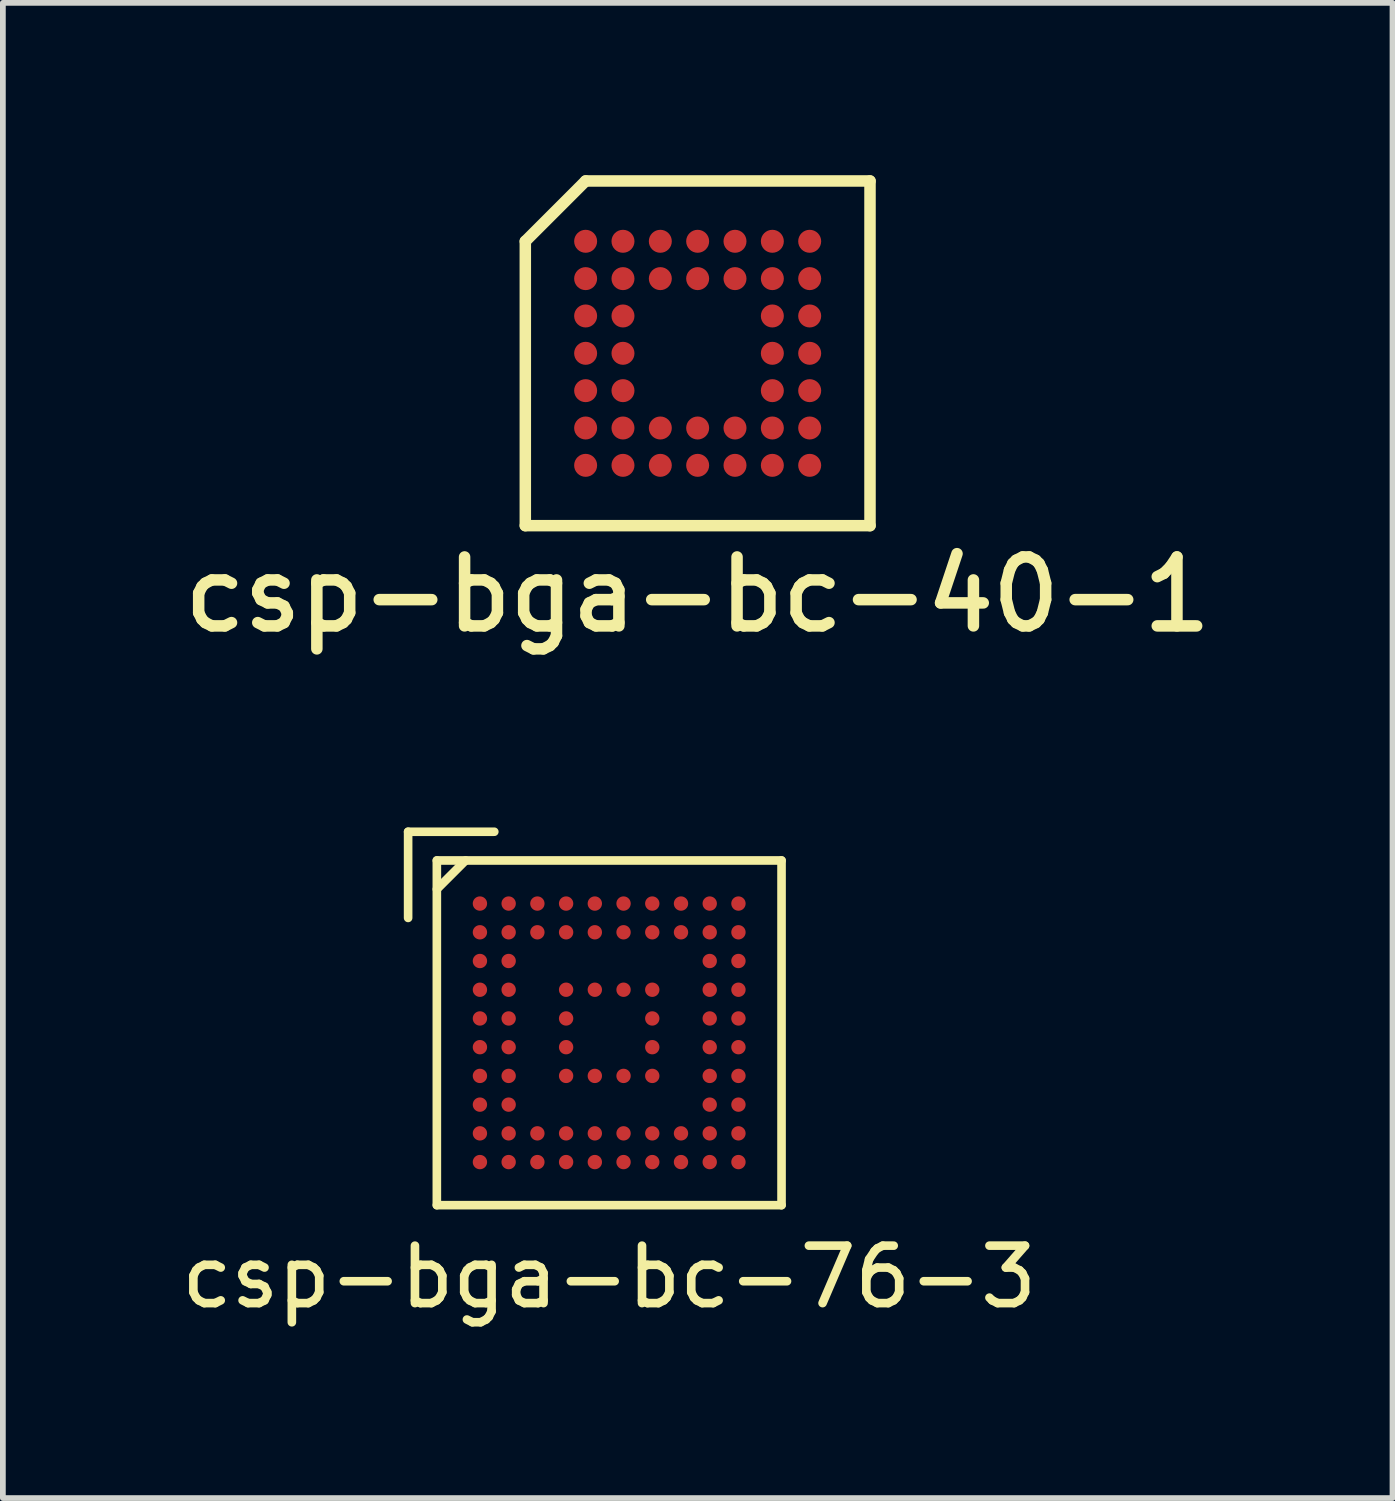
<source format=kicad_pcb>
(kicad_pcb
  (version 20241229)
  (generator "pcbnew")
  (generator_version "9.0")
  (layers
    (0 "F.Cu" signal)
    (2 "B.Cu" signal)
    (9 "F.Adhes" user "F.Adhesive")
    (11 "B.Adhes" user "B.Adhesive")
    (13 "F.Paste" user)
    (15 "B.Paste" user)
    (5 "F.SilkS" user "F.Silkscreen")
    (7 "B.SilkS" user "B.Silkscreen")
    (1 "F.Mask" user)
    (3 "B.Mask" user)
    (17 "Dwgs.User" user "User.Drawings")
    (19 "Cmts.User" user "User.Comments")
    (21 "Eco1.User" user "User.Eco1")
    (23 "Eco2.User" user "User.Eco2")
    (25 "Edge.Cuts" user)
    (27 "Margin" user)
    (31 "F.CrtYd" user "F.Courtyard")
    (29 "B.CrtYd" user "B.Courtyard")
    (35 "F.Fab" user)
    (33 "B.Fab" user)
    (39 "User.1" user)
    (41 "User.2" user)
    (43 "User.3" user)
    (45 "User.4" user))
  (footprint "csp-bga-bc-40-1"
    (layer "F.Cu")
    (at 9.094 3.1)
    (property "Reference" "csp-bga-bc-40-1" (at 0 4.2 0) (layer "F.SilkS") (effects (font (size 1.2 1.2) (thickness 0.2))))
    (attr through_hole)
    (fp_line (start -3 -1.95) (end -3 3) (stroke (width 0.2) (type solid)) (layer "F.SilkS"))
    (fp_line (start -3 3) (end 3 3) (stroke (width 0.2) (type solid)) (layer "F.SilkS"))
    (fp_line (start -1.95 -3) (end -3 -1.95) (stroke (width 0.2) (type solid)) (layer "F.SilkS"))
    (fp_line (start 3 -3) (end -1.95 -3) (stroke (width 0.2) (type solid)) (layer "F.SilkS"))
    (fp_line (start 3 3) (end 3 -3) (stroke (width 0.2) (type solid)) (layer "F.SilkS"))
    (pad "A1" smd circle (at -1.95 -1.95) (size 0.4 0.4) (layers "F.Cu" "F.Mask" "F.Paste"))
    (pad "A2" smd circle (at -1.3 -1.95) (size 0.4 0.4) (layers "F.Cu" "F.Mask" "F.Paste"))
    (pad "A3" smd circle (at -0.65 -1.95) (size 0.4 0.4) (layers "F.Cu" "F.Mask" "F.Paste"))
    (pad "A4" smd circle (at 0 -1.95) (size 0.4 0.4) (layers "F.Cu" "F.Mask" "F.Paste"))
    (pad "A5" smd circle (at 0.65 -1.95) (size 0.4 0.4) (layers "F.Cu" "F.Mask" "F.Paste"))
    (pad "A6" smd circle (at 1.3 -1.95) (size 0.4 0.4) (layers "F.Cu" "F.Mask" "F.Paste"))
    (pad "A7" smd circle (at 1.95 -1.95) (size 0.4 0.4) (layers "F.Cu" "F.Mask" "F.Paste"))
    (pad "B1" smd circle (at -1.95 -1.3) (size 0.4 0.4) (layers "F.Cu" "F.Mask" "F.Paste"))
    (pad "B2" smd circle (at -1.3 -1.3) (size 0.4 0.4) (layers "F.Cu" "F.Mask" "F.Paste"))
    (pad "B3" smd circle (at -0.65 -1.3) (size 0.4 0.4) (layers "F.Cu" "F.Mask" "F.Paste"))
    (pad "B4" smd circle (at 0 -1.3) (size 0.4 0.4) (layers "F.Cu" "F.Mask" "F.Paste"))
    (pad "B5" smd circle (at 0.65 -1.3) (size 0.4 0.4) (layers "F.Cu" "F.Mask" "F.Paste"))
    (pad "B6" smd circle (at 1.3 -1.3) (size 0.4 0.4) (layers "F.Cu" "F.Mask" "F.Paste"))
    (pad "B7" smd circle (at 1.95 -1.3) (size 0.4 0.4) (layers "F.Cu" "F.Mask" "F.Paste"))
    (pad "C1" smd circle (at -1.95 -0.65) (size 0.4 0.4) (layers "F.Cu" "F.Mask" "F.Paste"))
    (pad "C2" smd circle (at -1.3 -0.65) (size 0.4 0.4) (layers "F.Cu" "F.Mask" "F.Paste"))
    (pad "C6" smd circle (at 1.3 -0.65) (size 0.4 0.4) (layers "F.Cu" "F.Mask" "F.Paste"))
    (pad "C7" smd circle (at 1.95 -0.65) (size 0.4 0.4) (layers "F.Cu" "F.Mask" "F.Paste"))
    (pad "D1" smd circle (at -1.95 0) (size 0.4 0.4) (layers "F.Cu" "F.Mask" "F.Paste"))
    (pad "D2" smd circle (at -1.3 0) (size 0.4 0.4) (layers "F.Cu" "F.Mask" "F.Paste"))
    (pad "D6" smd circle (at 1.3 0) (size 0.4 0.4) (layers "F.Cu" "F.Mask" "F.Paste"))
    (pad "D7" smd circle (at 1.95 0) (size 0.4 0.4) (layers "F.Cu" "F.Mask" "F.Paste"))
    (pad "E1" smd circle (at -1.95 0.65) (size 0.4 0.4) (layers "F.Cu" "F.Mask" "F.Paste"))
    (pad "E2" smd circle (at -1.3 0.65) (size 0.4 0.4) (layers "F.Cu" "F.Mask" "F.Paste"))
    (pad "E6" smd circle (at 1.3 0.65) (size 0.4 0.4) (layers "F.Cu" "F.Mask" "F.Paste"))
    (pad "E7" smd circle (at 1.95 0.65) (size 0.4 0.4) (layers "F.Cu" "F.Mask" "F.Paste"))
    (pad "F1" smd circle (at -1.95 1.3) (size 0.4 0.4) (layers "F.Cu" "F.Mask" "F.Paste"))
    (pad "F2" smd circle (at -1.3 1.3) (size 0.4 0.4) (layers "F.Cu" "F.Mask" "F.Paste"))
    (pad "F3" smd circle (at -0.65 1.3) (size 0.4 0.4) (layers "F.Cu" "F.Mask" "F.Paste"))
    (pad "F4" smd circle (at 0 1.3) (size 0.4 0.4) (layers "F.Cu" "F.Mask" "F.Paste"))
    (pad "F5" smd circle (at 0.65 1.3) (size 0.4 0.4) (layers "F.Cu" "F.Mask" "F.Paste"))
    (pad "F6" smd circle (at 1.3 1.3) (size 0.4 0.4) (layers "F.Cu" "F.Mask" "F.Paste"))
    (pad "F7" smd circle (at 1.95 1.3) (size 0.4 0.4) (layers "F.Cu" "F.Mask" "F.Paste"))
    (pad "G1" smd circle (at -1.95 1.95) (size 0.4 0.4) (layers "F.Cu" "F.Mask" "F.Paste"))
    (pad "G2" smd circle (at -1.3 1.95) (size 0.4 0.4) (layers "F.Cu" "F.Mask" "F.Paste"))
    (pad "G3" smd circle (at -0.65 1.95) (size 0.4 0.4) (layers "F.Cu" "F.Mask" "F.Paste"))
    (pad "G4" smd circle (at 0 1.95) (size 0.4 0.4) (layers "F.Cu" "F.Mask" "F.Paste"))
    (pad "G5" smd circle (at 0.65 1.95) (size 0.4 0.4) (layers "F.Cu" "F.Mask" "F.Paste"))
    (pad "G6" smd circle (at 1.3 1.95) (size 0.4 0.4) (layers "F.Cu" "F.Mask" "F.Paste"))
    (pad "G7" smd circle (at 1.95 1.95) (size 0.4 0.4) (layers "F.Cu" "F.Mask" "F.Paste")))
  (footprint "csp-bga-bc-76-3"
    (layer "F.Cu")
    (at 7.554 14.928)
    (property "Reference" "csp-bga-bc-76-3" (at 0 4.25 0) (layer "F.SilkS") (effects (font (size 1 1) (thickness 0.15))))
    (attr through_hole)
    (fp_line (start -3.5 -3.5) (end -2 -3.5) (stroke (width 0.15) (type solid)) (layer "F.SilkS"))
    (fp_line (start -3.5 -2) (end -3.5 -3.5) (stroke (width 0.15) (type solid)) (layer "F.SilkS"))
    (fp_line (start -3 -3) (end 3 -3) (stroke (width 0.15) (type solid)) (layer "F.SilkS"))
    (fp_line (start -3 -2.5) (end -2.5 -3) (stroke (width 0.15) (type solid)) (layer "F.SilkS"))
    (fp_line (start -3 3) (end -3 -3) (stroke (width 0.15) (type solid)) (layer "F.SilkS"))
    (fp_line (start 3 -3) (end 3 3) (stroke (width 0.15) (type solid)) (layer "F.SilkS"))
    (fp_line (start 3 3) (end -3 3) (stroke (width 0.15) (type solid)) (layer "F.SilkS"))
    (pad "A1" smd circle (at -2.25 -2.25) (size 0.25 0.25) (layers "F.Cu" "F.Mask" "F.Paste"))
    (pad "A2" smd circle (at -1.75 -2.25) (size 0.25 0.25) (layers "F.Cu" "F.Mask" "F.Paste"))
    (pad "A3" smd circle (at -1.25 -2.25) (size 0.25 0.25) (layers "F.Cu" "F.Mask" "F.Paste"))
    (pad "A4" smd circle (at -0.75 -2.25) (size 0.25 0.25) (layers "F.Cu" "F.Mask" "F.Paste"))
    (pad "A5" smd circle (at -0.25 -2.25) (size 0.25 0.25) (layers "F.Cu" "F.Mask" "F.Paste"))
    (pad "A6" smd circle (at 0.25 -2.25) (size 0.25 0.25) (layers "F.Cu" "F.Mask" "F.Paste"))
    (pad "A7" smd circle (at 0.75 -2.25) (size 0.25 0.25) (layers "F.Cu" "F.Mask" "F.Paste"))
    (pad "A8" smd circle (at 1.25 -2.25) (size 0.25 0.25) (layers "F.Cu" "F.Mask" "F.Paste"))
    (pad "A9" smd circle (at 1.75 -2.25) (size 0.25 0.25) (layers "F.Cu" "F.Mask" "F.Paste"))
    (pad "A10" smd circle (at 2.25 -2.25) (size 0.25 0.25) (layers "F.Cu" "F.Mask" "F.Paste"))
    (pad "B1" smd circle (at -2.25 -1.75) (size 0.25 0.25) (layers "F.Cu" "F.Mask" "F.Paste"))
    (pad "B2" smd circle (at -1.75 -1.75) (size 0.25 0.25) (layers "F.Cu" "F.Mask" "F.Paste"))
    (pad "B3" smd circle (at -1.25 -1.75) (size 0.25 0.25) (layers "F.Cu" "F.Mask" "F.Paste"))
    (pad "B4" smd circle (at -0.75 -1.75) (size 0.25 0.25) (layers "F.Cu" "F.Mask" "F.Paste"))
    (pad "B5" smd circle (at -0.25 -1.75) (size 0.25 0.25) (layers "F.Cu" "F.Mask" "F.Paste"))
    (pad "B6" smd circle (at 0.25 -1.75) (size 0.25 0.25) (layers "F.Cu" "F.Mask" "F.Paste"))
    (pad "B7" smd circle (at 0.75 -1.75) (size 0.25 0.25) (layers "F.Cu" "F.Mask" "F.Paste"))
    (pad "B8" smd circle (at 1.25 -1.75) (size 0.25 0.25) (layers "F.Cu" "F.Mask" "F.Paste"))
    (pad "B9" smd circle (at 1.75 -1.75) (size 0.25 0.25) (layers "F.Cu" "F.Mask" "F.Paste"))
    (pad "B10" smd circle (at 2.25 -1.75) (size 0.25 0.25) (layers "F.Cu" "F.Mask" "F.Paste"))
    (pad "C1" smd circle (at -2.25 -1.25) (size 0.25 0.25) (layers "F.Cu" "F.Mask" "F.Paste"))
    (pad "C2" smd circle (at -1.75 -1.25) (size 0.25 0.25) (layers "F.Cu" "F.Mask" "F.Paste"))
    (pad "C9" smd circle (at 1.75 -1.25) (size 0.25 0.25) (layers "F.Cu" "F.Mask" "F.Paste"))
    (pad "C10" smd circle (at 2.25 -1.25) (size 0.25 0.25) (layers "F.Cu" "F.Mask" "F.Paste"))
    (pad "D1" smd circle (at -2.25 -0.75) (size 0.25 0.25) (layers "F.Cu" "F.Mask" "F.Paste"))
    (pad "D2" smd circle (at -1.75 -0.75) (size 0.25 0.25) (layers "F.Cu" "F.Mask" "F.Paste"))
    (pad "D4" smd circle (at -0.75 -0.75) (size 0.25 0.25) (layers "F.Cu" "F.Mask" "F.Paste"))
    (pad "D5" smd circle (at -0.25 -0.75) (size 0.25 0.25) (layers "F.Cu" "F.Mask" "F.Paste"))
    (pad "D6" smd circle (at 0.25 -0.75) (size 0.25 0.25) (layers "F.Cu" "F.Mask" "F.Paste"))
    (pad "D7" smd circle (at 0.75 -0.75) (size 0.25 0.25) (layers "F.Cu" "F.Mask" "F.Paste"))
    (pad "D9" smd circle (at 1.75 -0.75) (size 0.25 0.25) (layers "F.Cu" "F.Mask" "F.Paste"))
    (pad "D10" smd circle (at 2.25 -0.75) (size 0.25 0.25) (layers "F.Cu" "F.Mask" "F.Paste"))
    (pad "E1" smd circle (at -2.25 -0.25) (size 0.25 0.25) (layers "F.Cu" "F.Mask" "F.Paste"))
    (pad "E2" smd circle (at -1.75 -0.25) (size 0.25 0.25) (layers "F.Cu" "F.Mask" "F.Paste"))
    (pad "E4" smd circle (at -0.75 -0.25) (size 0.25 0.25) (layers "F.Cu" "F.Mask" "F.Paste"))
    (pad "E7" smd circle (at 0.75 -0.25) (size 0.25 0.25) (layers "F.Cu" "F.Mask" "F.Paste"))
    (pad "E9" smd circle (at 1.75 -0.25) (size 0.25 0.25) (layers "F.Cu" "F.Mask" "F.Paste"))
    (pad "E10" smd circle (at 2.25 -0.25) (size 0.25 0.25) (layers "F.Cu" "F.Mask" "F.Paste"))
    (pad "F1" smd circle (at -2.25 0.25) (size 0.25 0.25) (layers "F.Cu" "F.Mask" "F.Paste"))
    (pad "F2" smd circle (at -1.75 0.25) (size 0.25 0.25) (layers "F.Cu" "F.Mask" "F.Paste"))
    (pad "F4" smd circle (at -0.75 0.25) (size 0.25 0.25) (layers "F.Cu" "F.Mask" "F.Paste"))
    (pad "F7" smd circle (at 0.75 0.25) (size 0.25 0.25) (layers "F.Cu" "F.Mask" "F.Paste"))
    (pad "F9" smd circle (at 1.75 0.25) (size 0.25 0.25) (layers "F.Cu" "F.Mask" "F.Paste"))
    (pad "F10" smd circle (at 2.25 0.25) (size 0.25 0.25) (layers "F.Cu" "F.Mask" "F.Paste"))
    (pad "G1" smd circle (at -2.25 0.75) (size 0.25 0.25) (layers "F.Cu" "F.Mask" "F.Paste"))
    (pad "G2" smd circle (at -1.75 0.75) (size 0.25 0.25) (layers "F.Cu" "F.Mask" "F.Paste"))
    (pad "G4" smd circle (at -0.75 0.75) (size 0.25 0.25) (layers "F.Cu" "F.Mask" "F.Paste"))
    (pad "G5" smd circle (at -0.25 0.75) (size 0.25 0.25) (layers "F.Cu" "F.Mask" "F.Paste"))
    (pad "G6" smd circle (at 0.25 0.75) (size 0.25 0.25) (layers "F.Cu" "F.Mask" "F.Paste"))
    (pad "G7" smd circle (at 0.75 0.75) (size 0.25 0.25) (layers "F.Cu" "F.Mask" "F.Paste"))
    (pad "G9" smd circle (at 1.75 0.75) (size 0.25 0.25) (layers "F.Cu" "F.Mask" "F.Paste"))
    (pad "G10" smd circle (at 2.25 0.75) (size 0.25 0.25) (layers "F.Cu" "F.Mask" "F.Paste"))
    (pad "H1" smd circle (at -2.25 1.25) (size 0.25 0.25) (layers "F.Cu" "F.Mask" "F.Paste"))
    (pad "H2" smd circle (at -1.75 1.25) (size 0.25 0.25) (layers "F.Cu" "F.Mask" "F.Paste"))
    (pad "H9" smd circle (at 1.75 1.25) (size 0.25 0.25) (layers "F.Cu" "F.Mask" "F.Paste"))
    (pad "H10" smd circle (at 2.25 1.25) (size 0.25 0.25) (layers "F.Cu" "F.Mask" "F.Paste"))
    (pad "J1" smd circle (at -2.25 1.75) (size 0.25 0.25) (layers "F.Cu" "F.Mask" "F.Paste"))
    (pad "J2" smd circle (at -1.75 1.75) (size 0.25 0.25) (layers "F.Cu" "F.Mask" "F.Paste"))
    (pad "J3" smd circle (at -1.25 1.75) (size 0.25 0.25) (layers "F.Cu" "F.Mask" "F.Paste"))
    (pad "J4" smd circle (at -0.75 1.75) (size 0.25 0.25) (layers "F.Cu" "F.Mask" "F.Paste"))
    (pad "J5" smd circle (at -0.25 1.75) (size 0.25 0.25) (layers "F.Cu" "F.Mask" "F.Paste"))
    (pad "J6" smd circle (at 0.25 1.75) (size 0.25 0.25) (layers "F.Cu" "F.Mask" "F.Paste"))
    (pad "J7" smd circle (at 0.75 1.75) (size 0.25 0.25) (layers "F.Cu" "F.Mask" "F.Paste"))
    (pad "J8" smd circle (at 1.25 1.75) (size 0.25 0.25) (layers "F.Cu" "F.Mask" "F.Paste"))
    (pad "J9" smd circle (at 1.75 1.75) (size 0.25 0.25) (layers "F.Cu" "F.Mask" "F.Paste"))
    (pad "J10" smd circle (at 2.25 1.75) (size 0.25 0.25) (layers "F.Cu" "F.Mask" "F.Paste"))
    (pad "K1" smd circle (at -2.25 2.25) (size 0.25 0.25) (layers "F.Cu" "F.Mask" "F.Paste"))
    (pad "K2" smd circle (at -1.75 2.25) (size 0.25 0.25) (layers "F.Cu" "F.Mask" "F.Paste"))
    (pad "K3" smd circle (at -1.25 2.25) (size 0.25 0.25) (layers "F.Cu" "F.Mask" "F.Paste"))
    (pad "K4" smd circle (at -0.75 2.25) (size 0.25 0.25) (layers "F.Cu" "F.Mask" "F.Paste"))
    (pad "K5" smd circle (at -0.25 2.25) (size 0.25 0.25) (layers "F.Cu" "F.Mask" "F.Paste"))
    (pad "K6" smd circle (at 0.25 2.25) (size 0.25 0.25) (layers "F.Cu" "F.Mask" "F.Paste"))
    (pad "K7" smd circle (at 0.75 2.25) (size 0.25 0.25) (layers "F.Cu" "F.Mask" "F.Paste"))
    (pad "K8" smd circle (at 1.25 2.25) (size 0.25 0.25) (layers "F.Cu" "F.Mask" "F.Paste"))
    (pad "K9" smd circle (at 1.75 2.25) (size 0.25 0.25) (layers "F.Cu" "F.Mask" "F.Paste"))
    (pad "K10" smd circle (at 2.25 2.25) (size 0.25 0.25) (layers "F.Cu" "F.Mask" "F.Paste")))
  (gr_rect
    (start -3 -3)
    (end 21.189 23.026)
    (stroke (width 0.1) (type default))
    (fill no)
    (layer "Edge.Cuts")))
</source>
